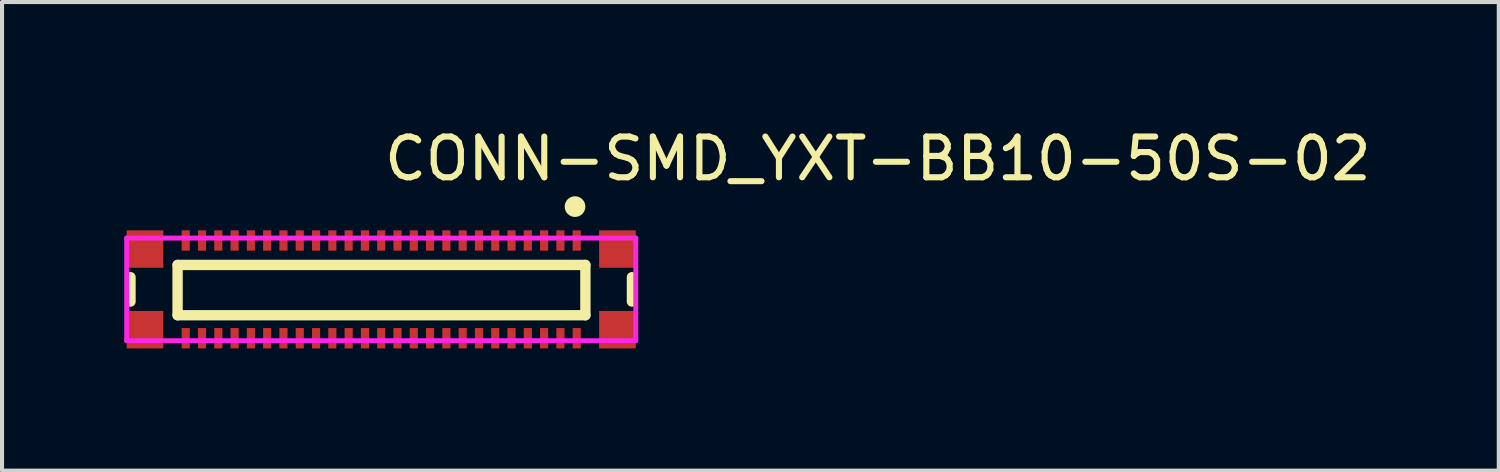
<source format=kicad_pcb>
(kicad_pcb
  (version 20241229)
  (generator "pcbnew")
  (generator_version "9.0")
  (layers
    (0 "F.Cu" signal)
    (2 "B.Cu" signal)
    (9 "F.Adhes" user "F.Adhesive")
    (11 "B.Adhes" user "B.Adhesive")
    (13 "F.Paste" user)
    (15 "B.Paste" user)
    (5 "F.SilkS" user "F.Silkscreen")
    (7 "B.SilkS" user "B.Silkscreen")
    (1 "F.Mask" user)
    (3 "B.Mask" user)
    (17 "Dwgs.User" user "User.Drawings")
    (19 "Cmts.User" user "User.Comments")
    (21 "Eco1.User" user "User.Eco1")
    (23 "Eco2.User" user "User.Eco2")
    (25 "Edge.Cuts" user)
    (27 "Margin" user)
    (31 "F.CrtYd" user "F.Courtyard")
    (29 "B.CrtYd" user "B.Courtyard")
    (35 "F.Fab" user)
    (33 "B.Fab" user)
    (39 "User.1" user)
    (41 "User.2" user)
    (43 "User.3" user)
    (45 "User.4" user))
  (footprint "CONN-SMD_YXT-BB10-50S-02"
    (layer "F.Cu")
    (at 6.31 4.055)
    (property "Reference" "CONN-SMD_YXT-BB10-50S-02" (at 0 -3.207 0) (layer "F.SilkS") (effects (font (size 1 1) (thickness 0.15)) (justify left)))
    (attr through_hole)
    (fp_line (start -6.156 -0.299) (end -6.156 0.299) (stroke (width 0.254) (type solid)) (layer "F.SilkS"))
    (fp_line (start -5 -0.6) (end 5.013 -0.6) (stroke (width 0.254) (type solid)) (layer "F.SilkS"))
    (fp_line (start -5 0.635) (end -5 -0.6) (stroke (width 0.254) (type solid)) (layer "F.SilkS"))
    (fp_line (start 5.013 -0.6) (end 5.013 0.635) (stroke (width 0.254) (type solid)) (layer "F.SilkS"))
    (fp_line (start 5.013 0.635) (end -5 0.635) (stroke (width 0.254) (type solid)) (layer "F.SilkS"))
    (fp_line (start 6.156 -0.299) (end 6.156 0.299) (stroke (width 0.254) (type solid)) (layer "F.SilkS"))
    (fp_circle (center 4.759 -2.032) (end 4.886 -2.032) (stroke (width 0.254) (type solid)) (fill no) (layer "F.SilkS"))
    (fp_circle (center 6.25 -1.3) (end 6.28 -1.3) (stroke (width 0.06) (type solid)) (fill no) (layer "Eco2.User"))
    (fp_poly (pts (xy -5.77 -1.3) (xy -5.62 -1.3) (xy -5.62 -0.9) (xy -5.77 -0.9)) (stroke (width 0.12) (type solid)) (fill no) (layer "Eco2.User"))
    (fp_poly (pts (xy -5.77 0.9) (xy -5.62 0.9) (xy -5.62 1.3) (xy -5.77 1.3)) (stroke (width 0.12) (type solid)) (fill no) (layer "Eco2.User"))
    (fp_poly (pts (xy -4.85 -1.3) (xy -4.75 -1.3) (xy -4.75 -1.05) (xy -4.85 -1.05)) (stroke (width 0.12) (type solid)) (fill no) (layer "Eco2.User"))
    (fp_poly (pts (xy -4.85 1.05) (xy -4.75 1.05) (xy -4.75 1.3) (xy -4.85 1.3)) (stroke (width 0.12) (type solid)) (fill no) (layer "Eco2.User"))
    (fp_poly (pts (xy -4.45 -1.3) (xy -4.35 -1.3) (xy -4.35 -1.05) (xy -4.45 -1.05)) (stroke (width 0.12) (type solid)) (fill no) (layer "Eco2.User"))
    (fp_poly (pts (xy -4.45 1.05) (xy -4.35 1.05) (xy -4.35 1.3) (xy -4.45 1.3)) (stroke (width 0.12) (type solid)) (fill no) (layer "Eco2.User"))
    (fp_poly (pts (xy -4.05 -1.3) (xy -3.95 -1.3) (xy -3.95 -1.05) (xy -4.05 -1.05)) (stroke (width 0.12) (type solid)) (fill no) (layer "Eco2.User"))
    (fp_poly (pts (xy -4.05 1.05) (xy -3.95 1.05) (xy -3.95 1.3) (xy -4.05 1.3)) (stroke (width 0.12) (type solid)) (fill no) (layer "Eco2.User"))
    (fp_poly (pts (xy -3.65 -1.3) (xy -3.55 -1.3) (xy -3.55 -1.05) (xy -3.65 -1.05)) (stroke (width 0.12) (type solid)) (fill no) (layer "Eco2.User"))
    (fp_poly (pts (xy -3.65 1.05) (xy -3.55 1.05) (xy -3.55 1.3) (xy -3.65 1.3)) (stroke (width 0.12) (type solid)) (fill no) (layer "Eco2.User"))
    (fp_poly (pts (xy -3.25 -1.3) (xy -3.15 -1.3) (xy -3.15 -1.05) (xy -3.25 -1.05)) (stroke (width 0.12) (type solid)) (fill no) (layer "Eco2.User"))
    (fp_poly (pts (xy -3.25 1.05) (xy -3.15 1.05) (xy -3.15 1.3) (xy -3.25 1.3)) (stroke (width 0.12) (type solid)) (fill no) (layer "Eco2.User"))
    (fp_poly (pts (xy -2.85 -1.3) (xy -2.75 -1.3) (xy -2.75 -1.05) (xy -2.85 -1.05)) (stroke (width 0.12) (type solid)) (fill no) (layer "Eco2.User"))
    (fp_poly (pts (xy -2.85 1.05) (xy -2.75 1.05) (xy -2.75 1.3) (xy -2.85 1.3)) (stroke (width 0.12) (type solid)) (fill no) (layer "Eco2.User"))
    (fp_poly (pts (xy -2.45 -1.3) (xy -2.35 -1.3) (xy -2.35 -1.05) (xy -2.45 -1.05)) (stroke (width 0.12) (type solid)) (fill no) (layer "Eco2.User"))
    (fp_poly (pts (xy -2.45 1.05) (xy -2.35 1.05) (xy -2.35 1.3) (xy -2.45 1.3)) (stroke (width 0.12) (type solid)) (fill no) (layer "Eco2.User"))
    (fp_poly (pts (xy -2.05 -1.3) (xy -1.95 -1.3) (xy -1.95 -1.05) (xy -2.05 -1.05)) (stroke (width 0.12) (type solid)) (fill no) (layer "Eco2.User"))
    (fp_poly (pts (xy -2.05 1.05) (xy -1.95 1.05) (xy -1.95 1.3) (xy -2.05 1.3)) (stroke (width 0.12) (type solid)) (fill no) (layer "Eco2.User"))
    (fp_poly (pts (xy -1.65 -1.3) (xy -1.55 -1.3) (xy -1.55 -1.05) (xy -1.65 -1.05)) (stroke (width 0.12) (type solid)) (fill no) (layer "Eco2.User"))
    (fp_poly (pts (xy -1.65 1.05) (xy -1.55 1.05) (xy -1.55 1.3) (xy -1.65 1.3)) (stroke (width 0.12) (type solid)) (fill no) (layer "Eco2.User"))
    (fp_poly (pts (xy -1.25 -1.3) (xy -1.15 -1.3) (xy -1.15 -1.05) (xy -1.25 -1.05)) (stroke (width 0.12) (type solid)) (fill no) (layer "Eco2.User"))
    (fp_poly (pts (xy -1.25 1.05) (xy -1.15 1.05) (xy -1.15 1.3) (xy -1.25 1.3)) (stroke (width 0.12) (type solid)) (fill no) (layer "Eco2.User"))
    (fp_poly (pts (xy -0.85 -1.3) (xy -0.75 -1.3) (xy -0.75 -1.05) (xy -0.85 -1.05)) (stroke (width 0.12) (type solid)) (fill no) (layer "Eco2.User"))
    (fp_poly (pts (xy -0.85 1.05) (xy -0.75 1.05) (xy -0.75 1.3) (xy -0.85 1.3)) (stroke (width 0.12) (type solid)) (fill no) (layer "Eco2.User"))
    (fp_poly (pts (xy -0.45 -1.3) (xy -0.35 -1.3) (xy -0.35 -1.05) (xy -0.45 -1.05)) (stroke (width 0.12) (type solid)) (fill no) (layer "Eco2.User"))
    (fp_poly (pts (xy -0.45 1.05) (xy -0.35 1.05) (xy -0.35 1.3) (xy -0.45 1.3)) (stroke (width 0.12) (type solid)) (fill no) (layer "Eco2.User"))
    (fp_poly (pts (xy -0.05 -1.3) (xy 0.05 -1.3) (xy 0.05 -1.05) (xy -0.05 -1.05)) (stroke (width 0.12) (type solid)) (fill no) (layer "Eco2.User"))
    (fp_poly (pts (xy -0.05 1.05) (xy 0.05 1.05) (xy 0.05 1.3) (xy -0.05 1.3)) (stroke (width 0.12) (type solid)) (fill no) (layer "Eco2.User"))
    (fp_poly (pts (xy 0.35 -1.3) (xy 0.45 -1.3) (xy 0.45 -1.05) (xy 0.35 -1.05)) (stroke (width 0.12) (type solid)) (fill no) (layer "Eco2.User"))
    (fp_poly (pts (xy 0.35 1.05) (xy 0.45 1.05) (xy 0.45 1.3) (xy 0.35 1.3)) (stroke (width 0.12) (type solid)) (fill no) (layer "Eco2.User"))
    (fp_poly (pts (xy 0.75 -1.3) (xy 0.85 -1.3) (xy 0.85 -1.05) (xy 0.75 -1.05)) (stroke (width 0.12) (type solid)) (fill no) (layer "Eco2.User"))
    (fp_poly (pts (xy 0.75 1.05) (xy 0.85 1.05) (xy 0.85 1.3) (xy 0.75 1.3)) (stroke (width 0.12) (type solid)) (fill no) (layer "Eco2.User"))
    (fp_poly (pts (xy 1.15 -1.3) (xy 1.25 -1.3) (xy 1.25 -1.05) (xy 1.15 -1.05)) (stroke (width 0.12) (type solid)) (fill no) (layer "Eco2.User"))
    (fp_poly (pts (xy 1.15 1.05) (xy 1.25 1.05) (xy 1.25 1.3) (xy 1.15 1.3)) (stroke (width 0.12) (type solid)) (fill no) (layer "Eco2.User"))
    (fp_poly (pts (xy 1.55 -1.3) (xy 1.65 -1.3) (xy 1.65 -1.05) (xy 1.55 -1.05)) (stroke (width 0.12) (type solid)) (fill no) (layer "Eco2.User"))
    (fp_poly (pts (xy 1.55 1.05) (xy 1.65 1.05) (xy 1.65 1.3) (xy 1.55 1.3)) (stroke (width 0.12) (type solid)) (fill no) (layer "Eco2.User"))
    (fp_poly (pts (xy 1.95 -1.3) (xy 2.05 -1.3) (xy 2.05 -1.05) (xy 1.95 -1.05)) (stroke (width 0.12) (type solid)) (fill no) (layer "Eco2.User"))
    (fp_poly (pts (xy 1.95 1.05) (xy 2.05 1.05) (xy 2.05 1.3) (xy 1.95 1.3)) (stroke (width 0.12) (type solid)) (fill no) (layer "Eco2.User"))
    (fp_poly (pts (xy 2.35 -1.3) (xy 2.45 -1.3) (xy 2.45 -1.05) (xy 2.35 -1.05)) (stroke (width 0.12) (type solid)) (fill no) (layer "Eco2.User"))
    (fp_poly (pts (xy 2.35 1.05) (xy 2.45 1.05) (xy 2.45 1.3) (xy 2.35 1.3)) (stroke (width 0.12) (type solid)) (fill no) (layer "Eco2.User"))
    (fp_poly (pts (xy 2.75 -1.3) (xy 2.85 -1.3) (xy 2.85 -1.05) (xy 2.75 -1.05)) (stroke (width 0.12) (type solid)) (fill no) (layer "Eco2.User"))
    (fp_poly (pts (xy 2.75 1.05) (xy 2.85 1.05) (xy 2.85 1.3) (xy 2.75 1.3)) (stroke (width 0.12) (type solid)) (fill no) (layer "Eco2.User"))
    (fp_poly (pts (xy 3.15 -1.3) (xy 3.25 -1.3) (xy 3.25 -1.05) (xy 3.15 -1.05)) (stroke (width 0.12) (type solid)) (fill no) (layer "Eco2.User"))
    (fp_poly (pts (xy 3.15 1.05) (xy 3.25 1.05) (xy 3.25 1.3) (xy 3.15 1.3)) (stroke (width 0.12) (type solid)) (fill no) (layer "Eco2.User"))
    (fp_poly (pts (xy 3.55 -1.3) (xy 3.65 -1.3) (xy 3.65 -1.05) (xy 3.55 -1.05)) (stroke (width 0.12) (type solid)) (fill no) (layer "Eco2.User"))
    (fp_poly (pts (xy 3.55 1.05) (xy 3.65 1.05) (xy 3.65 1.3) (xy 3.55 1.3)) (stroke (width 0.12) (type solid)) (fill no) (layer "Eco2.User"))
    (fp_poly (pts (xy 3.95 -1.3) (xy 4.05 -1.3) (xy 4.05 -1.05) (xy 3.95 -1.05)) (stroke (width 0.12) (type solid)) (fill no) (layer "Eco2.User"))
    (fp_poly (pts (xy 3.95 1.05) (xy 4.05 1.05) (xy 4.05 1.3) (xy 3.95 1.3)) (stroke (width 0.12) (type solid)) (fill no) (layer "Eco2.User"))
    (fp_poly (pts (xy 4.35 -1.3) (xy 4.45 -1.3) (xy 4.45 -1.05) (xy 4.35 -1.05)) (stroke (width 0.12) (type solid)) (fill no) (layer "Eco2.User"))
    (fp_poly (pts (xy 4.35 1.05) (xy 4.45 1.05) (xy 4.45 1.3) (xy 4.35 1.3)) (stroke (width 0.12) (type solid)) (fill no) (layer "Eco2.User"))
    (fp_poly (pts (xy 4.75 -1.3) (xy 4.85 -1.3) (xy 4.85 -1.05) (xy 4.75 -1.05)) (stroke (width 0.12) (type solid)) (fill no) (layer "Eco2.User"))
    (fp_poly (pts (xy 4.75 1.05) (xy 4.85 1.05) (xy 4.85 1.3) (xy 4.75 1.3)) (stroke (width 0.12) (type solid)) (fill no) (layer "Eco2.User"))
    (fp_poly (pts (xy 5.62 -1.3) (xy 5.77 -1.3) (xy 5.77 -0.9) (xy 5.62 -0.9)) (stroke (width 0.12) (type solid)) (fill no) (layer "Eco2.User"))
    (fp_poly (pts (xy 5.62 0.9) (xy 5.77 0.9) (xy 5.77 1.3) (xy 5.62 1.3)) (stroke (width 0.12) (type solid)) (fill no) (layer "Eco2.User"))
    (fp_line (start -6.25 -1.26) (end 6.25 -1.26) (stroke (width 0.12) (type solid)) (layer "F.CrtYd"))
    (fp_line (start -6.25 1.26) (end -6.25 -1.26) (stroke (width 0.12) (type solid)) (layer "F.CrtYd"))
    (fp_line (start 6.25 -1.26) (end 6.25 1.26) (stroke (width 0.12) (type solid)) (layer "F.CrtYd"))
    (fp_line (start 6.25 1.26) (end -6.25 1.26) (stroke (width 0.12) (type solid)) (layer "F.CrtYd"))
    (pad "1" smd rect (at 4.8 -1.2) (size 0.2 0.5) (layers "F.Cu" "F.Mask" "F.Paste"))
    (pad "2" smd rect (at 4.8 1.2) (size 0.2 0.5) (layers "F.Cu" "F.Mask" "F.Paste"))
    (pad "3" smd rect (at 4.4 -1.2) (size 0.2 0.5) (layers "F.Cu" "F.Mask" "F.Paste"))
    (pad "4" smd rect (at 4.4 1.2) (size 0.2 0.5) (layers "F.Cu" "F.Mask" "F.Paste"))
    (pad "5" smd rect (at 4 -1.2) (size 0.2 0.5) (layers "F.Cu" "F.Mask" "F.Paste"))
    (pad "6" smd rect (at 4 1.2) (size 0.2 0.5) (layers "F.Cu" "F.Mask" "F.Paste"))
    (pad "7" smd rect (at 3.6 -1.2) (size 0.2 0.5) (layers "F.Cu" "F.Mask" "F.Paste"))
    (pad "8" smd rect (at 3.6 1.2) (size 0.2 0.5) (layers "F.Cu" "F.Mask" "F.Paste"))
    (pad "9" smd rect (at 3.2 -1.2) (size 0.2 0.5) (layers "F.Cu" "F.Mask" "F.Paste"))
    (pad "10" smd rect (at 3.2 1.2) (size 0.2 0.5) (layers "F.Cu" "F.Mask" "F.Paste"))
    (pad "11" smd rect (at 2.8 -1.2) (size 0.2 0.5) (layers "F.Cu" "F.Mask" "F.Paste"))
    (pad "12" smd rect (at 2.8 1.2) (size 0.2 0.5) (layers "F.Cu" "F.Mask" "F.Paste"))
    (pad "13" smd rect (at 2.4 -1.2) (size 0.2 0.5) (layers "F.Cu" "F.Mask" "F.Paste"))
    (pad "14" smd rect (at 2.4 1.2) (size 0.2 0.5) (layers "F.Cu" "F.Mask" "F.Paste"))
    (pad "15" smd rect (at 2 -1.2) (size 0.2 0.5) (layers "F.Cu" "F.Mask" "F.Paste"))
    (pad "16" smd rect (at 2 1.2) (size 0.2 0.5) (layers "F.Cu" "F.Mask" "F.Paste"))
    (pad "17" smd rect (at 1.6 -1.2) (size 0.2 0.5) (layers "F.Cu" "F.Mask" "F.Paste"))
    (pad "18" smd rect (at 1.6 1.2) (size 0.2 0.5) (layers "F.Cu" "F.Mask" "F.Paste"))
    (pad "19" smd rect (at 1.2 -1.2) (size 0.2 0.5) (layers "F.Cu" "F.Mask" "F.Paste"))
    (pad "20" smd rect (at 1.2 1.2) (size 0.2 0.5) (layers "F.Cu" "F.Mask" "F.Paste"))
    (pad "21" smd rect (at 0.8 -1.2) (size 0.2 0.5) (layers "F.Cu" "F.Mask" "F.Paste"))
    (pad "22" smd rect (at 0.8 1.2) (size 0.2 0.5) (layers "F.Cu" "F.Mask" "F.Paste"))
    (pad "23" smd rect (at 0.4 -1.2) (size 0.2 0.5) (layers "F.Cu" "F.Mask" "F.Paste"))
    (pad "24" smd rect (at 0.4 1.2) (size 0.2 0.5) (layers "F.Cu" "F.Mask" "F.Paste"))
    (pad "25" smd rect (at 0 -1.2) (size 0.2 0.5) (layers "F.Cu" "F.Mask" "F.Paste"))
    (pad "26" smd rect (at 0 1.2) (size 0.2 0.5) (layers "F.Cu" "F.Mask" "F.Paste"))
    (pad "27" smd rect (at -0.4 -1.2) (size 0.2 0.5) (layers "F.Cu" "F.Mask" "F.Paste"))
    (pad "28" smd rect (at -0.4 1.2) (size 0.2 0.5) (layers "F.Cu" "F.Mask" "F.Paste"))
    (pad "29" smd rect (at -0.8 -1.2) (size 0.2 0.5) (layers "F.Cu" "F.Mask" "F.Paste"))
    (pad "30" smd rect (at -0.8 1.2) (size 0.2 0.5) (layers "F.Cu" "F.Mask" "F.Paste"))
    (pad "31" smd rect (at -1.2 -1.2) (size 0.2 0.5) (layers "F.Cu" "F.Mask" "F.Paste"))
    (pad "32" smd rect (at -1.2 1.2) (size 0.2 0.5) (layers "F.Cu" "F.Mask" "F.Paste"))
    (pad "33" smd rect (at -1.6 -1.2) (size 0.2 0.5) (layers "F.Cu" "F.Mask" "F.Paste"))
    (pad "34" smd rect (at -1.6 1.2) (size 0.2 0.5) (layers "F.Cu" "F.Mask" "F.Paste"))
    (pad "35" smd rect (at -2 -1.2) (size 0.2 0.5) (layers "F.Cu" "F.Mask" "F.Paste"))
    (pad "36" smd rect (at -2 1.2) (size 0.2 0.5) (layers "F.Cu" "F.Mask" "F.Paste"))
    (pad "37" smd rect (at -2.4 -1.2) (size 0.2 0.5) (layers "F.Cu" "F.Mask" "F.Paste"))
    (pad "38" smd rect (at -2.4 1.2) (size 0.2 0.5) (layers "F.Cu" "F.Mask" "F.Paste"))
    (pad "39" smd rect (at -2.8 -1.2) (size 0.2 0.5) (layers "F.Cu" "F.Mask" "F.Paste"))
    (pad "40" smd rect (at -2.8 1.2) (size 0.2 0.5) (layers "F.Cu" "F.Mask" "F.Paste"))
    (pad "41" smd rect (at -3.2 -1.2) (size 0.2 0.5) (layers "F.Cu" "F.Mask" "F.Paste"))
    (pad "42" smd rect (at -3.2 1.2) (size 0.2 0.5) (layers "F.Cu" "F.Mask" "F.Paste"))
    (pad "43" smd rect (at -3.6 -1.2) (size 0.2 0.5) (layers "F.Cu" "F.Mask" "F.Paste"))
    (pad "44" smd rect (at -3.6 1.2) (size 0.2 0.5) (layers "F.Cu" "F.Mask" "F.Paste"))
    (pad "45" smd rect (at -4 -1.2) (size 0.2 0.5) (layers "F.Cu" "F.Mask" "F.Paste"))
    (pad "46" smd rect (at -4 1.2) (size 0.2 0.5) (layers "F.Cu" "F.Mask" "F.Paste"))
    (pad "47" smd rect (at -4.4 -1.2) (size 0.2 0.5) (layers "F.Cu" "F.Mask" "F.Paste"))
    (pad "48" smd rect (at -4.4 1.2) (size 0.2 0.5) (layers "F.Cu" "F.Mask" "F.Paste"))
    (pad "49" smd rect (at -4.8 -1.2) (size 0.2 0.5) (layers "F.Cu" "F.Mask" "F.Paste"))
    (pad "50" smd rect (at -4.8 1.2) (size 0.2 0.5) (layers "F.Cu" "F.Mask" "F.Paste"))
    (pad "51" smd rect (at -5.8 -0.99) (size 0.9 0.92) (layers "F.Cu" "F.Mask" "F.Paste"))
    (pad "52" smd rect (at -5.8 0.99) (size 0.9 0.92) (layers "F.Cu" "F.Mask" "F.Paste"))
    (pad "53" smd rect (at 5.8 -0.99) (size 0.9 0.92) (layers "F.Cu" "F.Mask" "F.Paste"))
    (pad "54" smd rect (at 5.8 0.99) (size 0.9 0.92) (layers "F.Cu" "F.Mask" "F.Paste")))
  (gr_rect
    (start -3 -3)
    (end 33.75 8.505)
    (stroke (width 0.1) (type default))
    (fill no)
    (layer "Edge.Cuts")))
</source>
